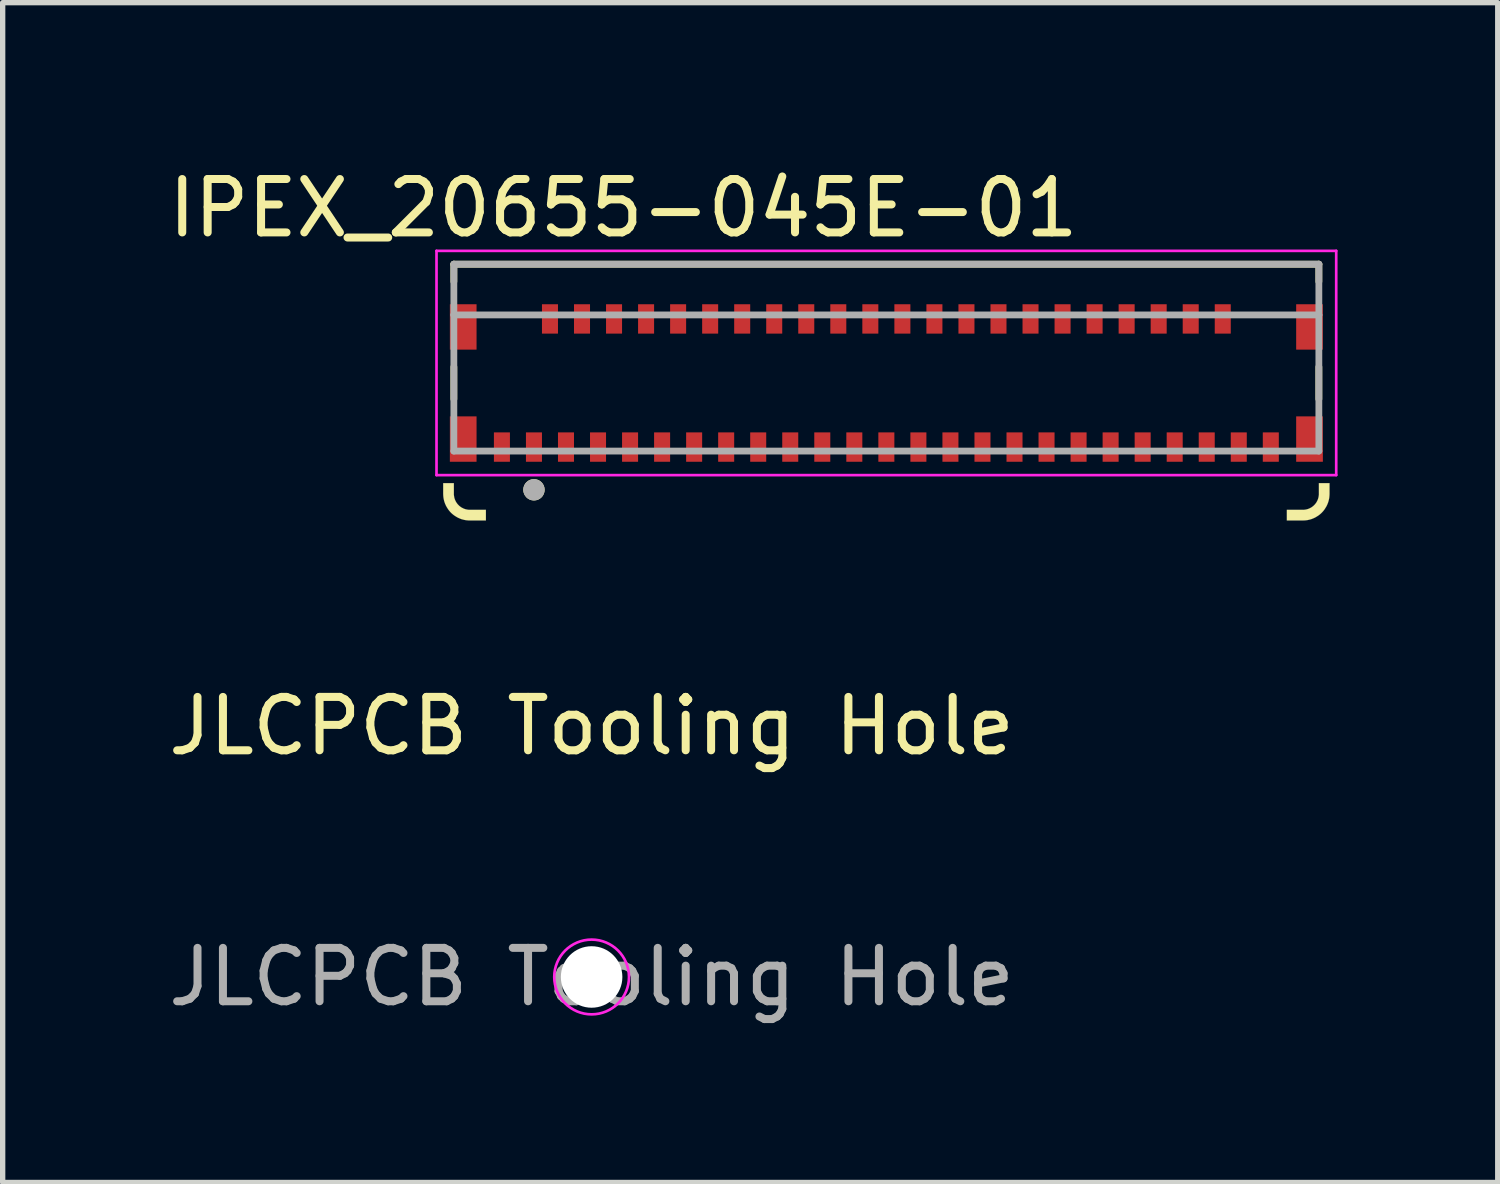
<source format=kicad_pcb>
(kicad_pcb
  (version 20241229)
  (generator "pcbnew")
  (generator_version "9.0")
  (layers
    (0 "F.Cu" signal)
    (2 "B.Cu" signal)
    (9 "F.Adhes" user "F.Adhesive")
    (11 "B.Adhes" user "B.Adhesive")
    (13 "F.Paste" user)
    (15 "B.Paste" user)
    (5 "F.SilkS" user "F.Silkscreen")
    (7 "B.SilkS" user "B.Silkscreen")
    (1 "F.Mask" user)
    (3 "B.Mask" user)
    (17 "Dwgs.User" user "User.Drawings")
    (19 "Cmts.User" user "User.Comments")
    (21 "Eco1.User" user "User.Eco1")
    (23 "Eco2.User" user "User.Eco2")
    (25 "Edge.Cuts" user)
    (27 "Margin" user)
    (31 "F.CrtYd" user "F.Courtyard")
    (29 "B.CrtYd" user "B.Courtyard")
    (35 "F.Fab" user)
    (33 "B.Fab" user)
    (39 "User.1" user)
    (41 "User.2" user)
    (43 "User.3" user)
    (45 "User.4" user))
  (footprint "JLCPCB Tooling Hole"
    (layer "F.Cu")
    (at 8.03 15.247)
    (property "Reference" "JLCPCB Tooling Hole" (at 0 -4.7 0) (layer "F.SilkS") (effects (font (size 1 1) (thickness 0.15))))
    (attr exclude_from_pos_files exclude_from_bom)
    (fp_circle (center 0 0) (end 0.7 0) (stroke (width 0.05) (type solid)) (fill no) (layer "F.CrtYd"))
    (fp_text user "${REFERENCE}" (at 0 0 0) (layer "F.Fab") (effects (font (size 1 1) (thickness 0.15))))
    (pad "" np_thru_hole circle (at 0 0) (size 1.152 1.152) (drill 1.152) (layers "*.Cu" "*.Mask")))
  (footprint "IPEX_20655-045E-01"
    (layer "F.Cu")
    (at 13.55 4.123)
    (property "Reference" "IPEX_20655-045E-01" (at -4.925 -3.275 0) (layer "F.SilkS") (effects (font (size 1 1) (thickness 0.15))))
    (attr smd)
    (fp_line (start -8.1 -2.225) (end -8.1 -1.9) (stroke (width 0.127) (type solid)) (layer "F.SilkS"))
    (fp_line (start -8.1 -2.225) (end 8.1 -2.225) (stroke (width 0.127) (type solid)) (layer "F.SilkS"))
    (fp_line (start -8.1 -0.3) (end -8.1 0.3) (stroke (width 0.127) (type solid)) (layer "F.SilkS"))
    (fp_line (start 8.1 -2.225) (end 8.1 -1.9) (stroke (width 0.127) (type solid)) (layer "F.SilkS"))
    (fp_line (start 8.1 -0.3) (end 8.1 0.3) (stroke (width 0.127) (type solid)) (layer "F.SilkS"))
    (fp_circle (center -6.6 2) (end -6.5 2) (stroke (width 0.2) (type solid)) (fill no) (layer "F.SilkS"))
    (fp_poly (pts (xy -8.3 1.875) (xy -8.3 2.075) (xy -8.299 2.101) (xy -8.297 2.127) (xy -8.294 2.153) (xy -8.289 2.179) (xy -8.283 2.204) (xy -8.276 2.23) (xy -8.267 2.254) (xy -8.257 2.278) (xy -8.246 2.302) (xy -8.233 2.325) (xy -8.219 2.347) (xy -8.205 2.369) (xy -8.189 2.39) (xy -8.172 2.41) (xy -8.154 2.429) (xy -8.135 2.447) (xy -8.115 2.464) (xy -8.094 2.48) (xy -8.072 2.494) (xy -8.05 2.508) (xy -8.027 2.521) (xy -8.003 2.532) (xy -7.979 2.542) (xy -7.955 2.551) (xy -7.929 2.558) (xy -7.904 2.564) (xy -7.878 2.569) (xy -7.852 2.572) (xy -7.826 2.574) (xy -7.8 2.575) (xy -7.5 2.575) (xy -7.5 2.375) (xy -7.8 2.375) (xy -7.816 2.375) (xy -7.831 2.373) (xy -7.847 2.371) (xy -7.862 2.368) (xy -7.878 2.365) (xy -7.893 2.36) (xy -7.908 2.355) (xy -7.922 2.349) (xy -7.936 2.342) (xy -7.95 2.335) (xy -7.963 2.327) (xy -7.976 2.318) (xy -7.989 2.308) (xy -8.001 2.298) (xy -8.012 2.287) (xy -8.023 2.276) (xy -8.033 2.264) (xy -8.043 2.251) (xy -8.052 2.238) (xy -8.06 2.225) (xy -8.067 2.211) (xy -8.074 2.197) (xy -8.08 2.183) (xy -8.085 2.168) (xy -8.09 2.153) (xy -8.093 2.137) (xy -8.096 2.122) (xy -8.098 2.106) (xy -8.1 2.091) (xy -8.1 2.075) (xy -8.1 1.875) (xy -8.3 1.875)) (stroke (width 0.001) (type solid)) (fill yes) (layer "F.SilkS"))
    (fp_poly (pts (xy 8.3 1.875) (xy 8.3 2.075) (xy 8.299 2.101) (xy 8.297 2.127) (xy 8.294 2.153) (xy 8.289 2.179) (xy 8.283 2.204) (xy 8.276 2.23) (xy 8.267 2.254) (xy 8.257 2.278) (xy 8.246 2.302) (xy 8.233 2.325) (xy 8.219 2.347) (xy 8.205 2.369) (xy 8.189 2.39) (xy 8.172 2.41) (xy 8.154 2.429) (xy 8.135 2.447) (xy 8.115 2.464) (xy 8.094 2.48) (xy 8.072 2.494) (xy 8.05 2.508) (xy 8.027 2.521) (xy 8.003 2.532) (xy 7.979 2.542) (xy 7.955 2.551) (xy 7.929 2.558) (xy 7.904 2.564) (xy 7.878 2.569) (xy 7.852 2.572) (xy 7.826 2.574) (xy 7.8 2.575) (xy 7.5 2.575) (xy 7.5 2.375) (xy 7.8 2.375) (xy 7.816 2.375) (xy 7.831 2.373) (xy 7.847 2.371) (xy 7.862 2.368) (xy 7.878 2.365) (xy 7.893 2.36) (xy 7.908 2.355) (xy 7.922 2.349) (xy 7.936 2.342) (xy 7.95 2.335) (xy 7.963 2.327) (xy 7.976 2.318) (xy 7.989 2.308) (xy 8.001 2.298) (xy 8.012 2.287) (xy 8.023 2.276) (xy 8.033 2.264) (xy 8.043 2.251) (xy 8.052 2.238) (xy 8.06 2.225) (xy 8.067 2.211) (xy 8.074 2.197) (xy 8.08 2.183) (xy 8.085 2.168) (xy 8.09 2.153) (xy 8.093 2.137) (xy 8.096 2.122) (xy 8.098 2.106) (xy 8.1 2.091) (xy 8.1 2.075) (xy 8.1 1.875) (xy 8.3 1.875)) (stroke (width 0.001) (type solid)) (fill yes) (layer "F.SilkS"))
    (fp_line (start -8.425 -2.475) (end 8.425 -2.475) (stroke (width 0.05) (type solid)) (layer "F.CrtYd"))
    (fp_line (start -8.425 1.725) (end -8.425 -2.475) (stroke (width 0.05) (type solid)) (layer "F.CrtYd"))
    (fp_line (start 8.425 -2.475) (end 8.425 1.725) (stroke (width 0.05) (type solid)) (layer "F.CrtYd"))
    (fp_line (start 8.425 1.725) (end -8.425 1.725) (stroke (width 0.05) (type solid)) (layer "F.CrtYd"))
    (fp_line (start -8.1 -2.225) (end -8.1 -1.275) (stroke (width 0.127) (type solid)) (layer "F.Fab"))
    (fp_line (start -8.1 -2.225) (end 8.1 -2.225) (stroke (width 0.127) (type solid)) (layer "F.Fab"))
    (fp_line (start -8.1 -1.275) (end 8.1 -1.275) (stroke (width 0.127) (type solid)) (layer "F.Fab"))
    (fp_line (start -8.1 1.275) (end -8.1 -1.275) (stroke (width 0.127) (type solid)) (layer "F.Fab"))
    (fp_line (start 8.1 -2.225) (end 8.1 -1.275) (stroke (width 0.127) (type solid)) (layer "F.Fab"))
    (fp_line (start 8.1 -1.275) (end 8.1 1.275) (stroke (width 0.127) (type solid)) (layer "F.Fab"))
    (fp_line (start 8.1 1.275) (end -8.1 1.275) (stroke (width 0.127) (type solid)) (layer "F.Fab"))
    (fp_circle (center -6.6 2) (end -6.5 2) (stroke (width 0.2) (type solid)) (fill no) (layer "F.Fab"))
    (fp_poly (pts (xy -8.3 1.875) (xy -8.3 2.075) (xy -8.299 2.101) (xy -8.297 2.127) (xy -8.294 2.153) (xy -8.289 2.179) (xy -8.283 2.204) (xy -8.276 2.23) (xy -8.267 2.254) (xy -8.257 2.278) (xy -8.246 2.302) (xy -8.233 2.325) (xy -8.219 2.347) (xy -8.205 2.369) (xy -8.189 2.39) (xy -8.172 2.41) (xy -8.154 2.429) (xy -8.135 2.447) (xy -8.115 2.464) (xy -8.094 2.48) (xy -8.072 2.494) (xy -8.05 2.508) (xy -8.027 2.521) (xy -8.003 2.532) (xy -7.979 2.542) (xy -7.955 2.551) (xy -7.929 2.558) (xy -7.904 2.564) (xy -7.878 2.569) (xy -7.852 2.572) (xy -7.826 2.574) (xy -7.8 2.575) (xy -7.5 2.575) (xy -7.5 2.375) (xy -7.8 2.375) (xy -7.816 2.375) (xy -7.831 2.373) (xy -7.847 2.371) (xy -7.862 2.368) (xy -7.878 2.365) (xy -7.893 2.36) (xy -7.908 2.355) (xy -7.922 2.349) (xy -7.936 2.342) (xy -7.95 2.335) (xy -7.963 2.327) (xy -7.976 2.318) (xy -7.989 2.308) (xy -8.001 2.298) (xy -8.012 2.287) (xy -8.023 2.276) (xy -8.033 2.264) (xy -8.043 2.251) (xy -8.052 2.238) (xy -8.06 2.225) (xy -8.067 2.211) (xy -8.074 2.197) (xy -8.08 2.183) (xy -8.085 2.168) (xy -8.09 2.153) (xy -8.093 2.137) (xy -8.096 2.122) (xy -8.098 2.106) (xy -8.1 2.091) (xy -8.1 2.075) (xy -8.1 1.875) (xy -8.3 1.875)) (stroke (width 0.001) (type solid)) (fill no) (layer "F.Fab"))
    (fp_poly (pts (xy 8.3 1.875) (xy 8.3 2.075) (xy 8.299 2.101) (xy 8.297 2.127) (xy 8.294 2.153) (xy 8.289 2.179) (xy 8.283 2.204) (xy 8.276 2.23) (xy 8.267 2.254) (xy 8.257 2.278) (xy 8.246 2.302) (xy 8.233 2.325) (xy 8.219 2.347) (xy 8.205 2.369) (xy 8.189 2.39) (xy 8.172 2.41) (xy 8.154 2.429) (xy 8.135 2.447) (xy 8.115 2.464) (xy 8.094 2.48) (xy 8.072 2.494) (xy 8.05 2.508) (xy 8.027 2.521) (xy 8.003 2.532) (xy 7.979 2.542) (xy 7.955 2.551) (xy 7.929 2.558) (xy 7.904 2.564) (xy 7.878 2.569) (xy 7.852 2.572) (xy 7.826 2.574) (xy 7.8 2.575) (xy 7.5 2.575) (xy 7.5 2.375) (xy 7.8 2.375) (xy 7.816 2.375) (xy 7.831 2.373) (xy 7.847 2.371) (xy 7.862 2.368) (xy 7.878 2.365) (xy 7.893 2.36) (xy 7.908 2.355) (xy 7.922 2.349) (xy 7.936 2.342) (xy 7.95 2.335) (xy 7.963 2.327) (xy 7.976 2.318) (xy 7.989 2.308) (xy 8.001 2.298) (xy 8.012 2.287) (xy 8.023 2.276) (xy 8.033 2.264) (xy 8.043 2.251) (xy 8.052 2.238) (xy 8.06 2.225) (xy 8.067 2.211) (xy 8.074 2.197) (xy 8.08 2.183) (xy 8.085 2.168) (xy 8.09 2.153) (xy 8.093 2.137) (xy 8.096 2.122) (xy 8.098 2.106) (xy 8.1 2.091) (xy 8.1 2.075) (xy 8.1 1.875) (xy 8.3 1.875)) (stroke (width 0.001) (type solid)) (fill no) (layer "F.Fab"))
    (pad "1" smd rect (at -6.6 1.2) (size 0.3 0.55) (layers "F.Cu" "F.Mask" "F.Paste"))
    (pad "2" smd rect (at -6.3 -1.2) (size 0.3 0.55) (layers "F.Cu" "F.Mask" "F.Paste"))
    (pad "3" smd rect (at -6 1.2) (size 0.3 0.55) (layers "F.Cu" "F.Mask" "F.Paste"))
    (pad "4" smd rect (at -5.7 -1.2) (size 0.3 0.55) (layers "F.Cu" "F.Mask" "F.Paste"))
    (pad "5" smd rect (at -5.4 1.2) (size 0.3 0.55) (layers "F.Cu" "F.Mask" "F.Paste"))
    (pad "6" smd rect (at -5.1 -1.2) (size 0.3 0.55) (layers "F.Cu" "F.Mask" "F.Paste"))
    (pad "7" smd rect (at -4.8 1.2) (size 0.3 0.55) (layers "F.Cu" "F.Mask" "F.Paste"))
    (pad "8" smd rect (at -4.5 -1.2) (size 0.3 0.55) (layers "F.Cu" "F.Mask" "F.Paste"))
    (pad "9" smd rect (at -4.2 1.2) (size 0.3 0.55) (layers "F.Cu" "F.Mask" "F.Paste"))
    (pad "10" smd rect (at -3.9 -1.2) (size 0.3 0.55) (layers "F.Cu" "F.Mask" "F.Paste"))
    (pad "11" smd rect (at -3.6 1.2) (size 0.3 0.55) (layers "F.Cu" "F.Mask" "F.Paste"))
    (pad "12" smd rect (at -3.3 -1.2) (size 0.3 0.55) (layers "F.Cu" "F.Mask" "F.Paste"))
    (pad "13" smd rect (at -3 1.2) (size 0.3 0.55) (layers "F.Cu" "F.Mask" "F.Paste"))
    (pad "14" smd rect (at -2.7 -1.2) (size 0.3 0.55) (layers "F.Cu" "F.Mask" "F.Paste"))
    (pad "15" smd rect (at -2.4 1.2) (size 0.3 0.55) (layers "F.Cu" "F.Mask" "F.Paste"))
    (pad "16" smd rect (at -2.1 -1.2) (size 0.3 0.55) (layers "F.Cu" "F.Mask" "F.Paste"))
    (pad "17" smd rect (at -1.8 1.2) (size 0.3 0.55) (layers "F.Cu" "F.Mask" "F.Paste"))
    (pad "18" smd rect (at -1.5 -1.2) (size 0.3 0.55) (layers "F.Cu" "F.Mask" "F.Paste"))
    (pad "19" smd rect (at -1.2 1.2) (size 0.3 0.55) (layers "F.Cu" "F.Mask" "F.Paste"))
    (pad "20" smd rect (at -0.9 -1.2) (size 0.3 0.55) (layers "F.Cu" "F.Mask" "F.Paste"))
    (pad "21" smd rect (at -0.6 1.2) (size 0.3 0.55) (layers "F.Cu" "F.Mask" "F.Paste"))
    (pad "22" smd rect (at -0.3 -1.2) (size 0.3 0.55) (layers "F.Cu" "F.Mask" "F.Paste"))
    (pad "23" smd rect (at 0 1.2) (size 0.3 0.55) (layers "F.Cu" "F.Mask" "F.Paste"))
    (pad "24" smd rect (at 0.3 -1.2) (size 0.3 0.55) (layers "F.Cu" "F.Mask" "F.Paste"))
    (pad "25" smd rect (at 0.6 1.2) (size 0.3 0.55) (layers "F.Cu" "F.Mask" "F.Paste"))
    (pad "26" smd rect (at 0.9 -1.2) (size 0.3 0.55) (layers "F.Cu" "F.Mask" "F.Paste"))
    (pad "27" smd rect (at 1.2 1.2) (size 0.3 0.55) (layers "F.Cu" "F.Mask" "F.Paste"))
    (pad "28" smd rect (at 1.5 -1.2) (size 0.3 0.55) (layers "F.Cu" "F.Mask" "F.Paste"))
    (pad "29" smd rect (at 1.8 1.2) (size 0.3 0.55) (layers "F.Cu" "F.Mask" "F.Paste"))
    (pad "30" smd rect (at 2.1 -1.2) (size 0.3 0.55) (layers "F.Cu" "F.Mask" "F.Paste"))
    (pad "31" smd rect (at 2.4 1.2) (size 0.3 0.55) (layers "F.Cu" "F.Mask" "F.Paste"))
    (pad "32" smd rect (at 2.7 -1.2) (size 0.3 0.55) (layers "F.Cu" "F.Mask" "F.Paste"))
    (pad "33" smd rect (at 3 1.2) (size 0.3 0.55) (layers "F.Cu" "F.Mask" "F.Paste"))
    (pad "34" smd rect (at 3.3 -1.2) (size 0.3 0.55) (layers "F.Cu" "F.Mask" "F.Paste"))
    (pad "35" smd rect (at 3.6 1.2) (size 0.3 0.55) (layers "F.Cu" "F.Mask" "F.Paste"))
    (pad "36" smd rect (at 3.9 -1.2) (size 0.3 0.55) (layers "F.Cu" "F.Mask" "F.Paste"))
    (pad "37" smd rect (at 4.2 1.2) (size 0.3 0.55) (layers "F.Cu" "F.Mask" "F.Paste"))
    (pad "38" smd rect (at 4.5 -1.2) (size 0.3 0.55) (layers "F.Cu" "F.Mask" "F.Paste"))
    (pad "39" smd rect (at 4.8 1.2) (size 0.3 0.55) (layers "F.Cu" "F.Mask" "F.Paste"))
    (pad "40" smd rect (at 5.1 -1.2) (size 0.3 0.55) (layers "F.Cu" "F.Mask" "F.Paste"))
    (pad "41" smd rect (at 5.4 1.2) (size 0.3 0.55) (layers "F.Cu" "F.Mask" "F.Paste"))
    (pad "42" smd rect (at 5.7 -1.2) (size 0.3 0.55) (layers "F.Cu" "F.Mask" "F.Paste"))
    (pad "43" smd rect (at 6 1.2) (size 0.3 0.55) (layers "F.Cu" "F.Mask" "F.Paste"))
    (pad "44" smd rect (at 6.3 -1.2) (size 0.3 0.55) (layers "F.Cu" "F.Mask" "F.Paste"))
    (pad "45" smd rect (at 6.6 1.2) (size 0.3 0.55) (layers "F.Cu" "F.Mask" "F.Paste"))
    (pad "LOCK1" smd rect (at -7.2 1.2) (size 0.3 0.55) (layers "F.Cu" "F.Mask" "F.Paste"))
    (pad "LOCK2" smd rect (at 7.2 1.2) (size 0.3 0.55) (layers "F.Cu" "F.Mask" "F.Paste"))
    (pad "S1" smd rect (at -7.925 1.05) (size 0.5 0.85) (layers "F.Cu" "F.Mask" "F.Paste"))
    (pad "S2" smd rect (at -7.925 -1.05) (size 0.5 0.85) (layers "F.Cu" "F.Mask" "F.Paste"))
    (pad "S3" smd rect (at 7.925 1.05) (size 0.5 0.85) (layers "F.Cu" "F.Mask" "F.Paste"))
    (pad "S4" smd rect (at 7.925 -1.05) (size 0.5 0.85) (layers "F.Cu" "F.Mask" "F.Paste"))
    (zone (net_name "") (layer "F.Cu") (hatch full 0.508) (connect_pads) (min_thickness 0.01) (filled_areas_thickness no) (keepout (tracks not_allowed) (vias not_allowed) (pads not_allowed) (copperpour not_allowed) (footprints allowed)) (placement (enabled no)) (fill) (polygon (pts (xy 6.2 4.788) (xy 20.9 4.788) (xy 20.9 5.048) (xy 6.2 5.048))))
    (zone (net_name "") (layer "F.Cu") (hatch full 0.508) (connect_pads) (min_thickness 0.01) (filled_areas_thickness no) (keepout (tracks not_allowed) (vias not_allowed) (pads not_allowed) (copperpour not_allowed) (footprints allowed)) (placement (enabled no)) (fill) (polygon (pts (xy 7.1 3.198) (xy 20 3.198) (xy 20 3.458) (xy 7.1 3.458))))
    (zone (net_name "") (layers "F.Cu" "B.Cu") (hatch full 0.508) (connect_pads) (min_thickness 0.01) (filled_areas_thickness no) (keepout (tracks allowed) (vias not_allowed) (pads allowed) (copperpour allowed) (footprints allowed)) (placement (enabled no)) (fill) (polygon (pts (xy 6.2 4.788) (xy 20.9 4.788) (xy 20.9 5.048) (xy 6.2 5.048))))
    (zone (net_name "") (layers "F.Cu" "B.Cu") (hatch full 0.508) (connect_pads) (min_thickness 0.01) (filled_areas_thickness no) (keepout (tracks allowed) (vias not_allowed) (pads allowed) (copperpour allowed) (footprints allowed)) (placement (enabled no)) (fill) (polygon (pts (xy 7.1 3.198) (xy 20 3.198) (xy 20 3.458) (xy 7.1 3.458)))))
  (gr_rect
    (start -3 -3)
    (end 25 19.095)
    (stroke (width 0.1) (type default))
    (fill no)
    (layer "Edge.Cuts")))
</source>
